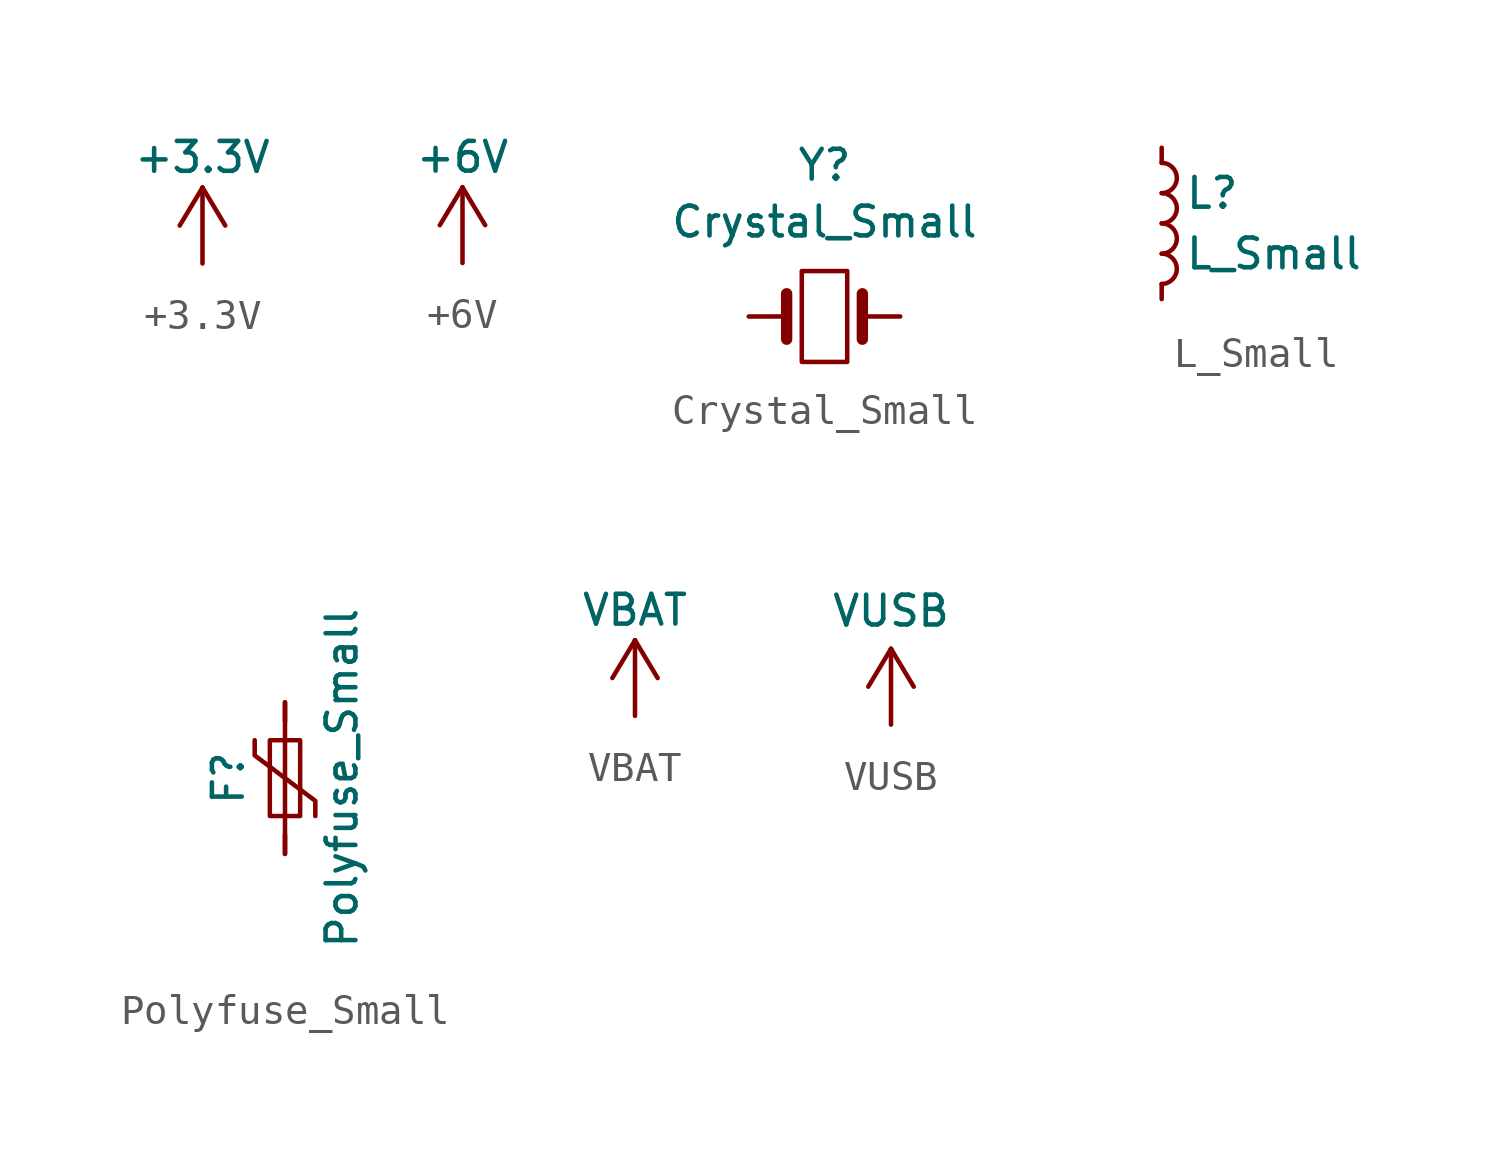
<source format=kicad_sym>
(kicad_symbol_lib
  (version 20201005)
  (generator kicad_symbol_editor)
  (symbol "HD_LibSym:+3.3V"
    (power)
    (pin_names
      (offset 0))
    (property "Reference" "#PWR"
      (at 0 -3.81 0)
      (effects (font (size 1.27 1.27)) hide))
    (property "Value" "+3.3V"
      (at 0 3.556 0)
      (effects (font (size 1 1))))
    (symbol "+3.3V_0_1"
      (polyline (pts (xy -0.762 1.27) (xy 0 2.54)) (stroke (width 0)) (fill (type none)))
      (polyline (pts (xy 0 0) (xy 0 2.54)) (stroke (width 0)) (fill (type none)))
      (polyline (pts (xy 0 2.54) (xy 0.762 1.27)) (stroke (width 0)) (fill (type none))))
    (symbol "+3.3V_1_1"
      (pin power_in line (at 0 0 90) (length 0) hide (name "+3.3V" (effects (font (size 1.27 1.27)))) (number "1" (effects (font (size 1.27 1.27)))))))
  (symbol "HD_LibSym:+6V"
    (power)
    (pin_names
      (offset 0))
    (property "Reference" "#PWR"
      (at 0 -3.81 0)
      (effects (font (size 1.27 1.27)) hide))
    (property "Value" "+6V"
      (at 0 3.556 0)
      (effects (font (size 1 1))))
    (symbol "+6V_0_1"
      (polyline (pts (xy -0.762 1.27) (xy 0 2.54)) (stroke (width 0)) (fill (type none)))
      (polyline (pts (xy 0 0) (xy 0 2.54)) (stroke (width 0)) (fill (type none)))
      (polyline (pts (xy 0 2.54) (xy 0.762 1.27)) (stroke (width 0)) (fill (type none))))
    (symbol "+6V_1_1"
      (pin power_in line (at 0 0 90) (length 0) hide (name "+6V" (effects (font (size 1.27 1.27)))) (number "1" (effects (font (size 1.27 1.27)))))))
  (symbol "HD_LibSym:Crystal_Small"
    (pin_numbers hide)
    (pin_names
      (offset 1.016) hide)
    (property "Reference" "Y"
      (at 0 5.08 0)
      (effects (font (size 1 1))))
    (property "Value" "Crystal_Small"
      (at 0 3.175 0)
      (effects (font (size 1 1))))
    (symbol "Crystal_Small_0_1"
      (rectangle (start -0.762 -1.524) (end 0.762 1.524) (stroke (width 0)) (fill (type none)))
      (polyline (pts (xy -1.27 -0.762) (xy -1.27 0.762)) (stroke (width 0.381)) (fill (type none)))
      (polyline (pts (xy 1.27 -0.762) (xy 1.27 0.762)) (stroke (width 0.381)) (fill (type none))))
    (symbol "Crystal_Small_1_1"
      (pin passive line (at -2.54 0 0) (length 1.27) (name "1" (effects (font (size 1.27 1.27)))) (number "1" (effects (font (size 0.762 0.762)))))
      (pin passive line (at 2.54 0 180) (length 1.27) (name "3" (effects (font (size 1.27 1.27)))) (number "3" (effects (font (size 0.762 0.762)))))))
  (symbol "HD_LibSym:L_Small"
    (pin_numbers hide)
    (pin_names
      (offset 0.254) hide)
    (property "Reference" "L"
      (at 0.762 1.016 0)
      (effects (font (size 1 1)) (justify left)))
    (property "Value" "L_Small"
      (at 0.762 -1.016 0)
      (effects (font (size 1 1)) (justify left)))
    (symbol "L_Small_0_1"
      (arc (start 0 -2.032) (end 0 -1.016) (radius (at 0 -1.524) (length 0.508) (angles -89.9 89.9)) (stroke (width 0.15)) (fill (type none)))
      (arc (start 0 -1.016) (end 0 0) (radius (at 0 -0.508) (length 0.508) (angles -89.9 89.9)) (stroke (width 0.15)) (fill (type none)))
      (arc (start 0 0) (end 0 1.016) (radius (at 0 0.508) (length 0.508) (angles -89.9 89.9)) (stroke (width 0.15)) (fill (type none)))
      (arc (start 0 1.016) (end 0 2.032) (radius (at 0 1.524) (length 0.508) (angles -89.9 89.9)) (stroke (width 0.15)) (fill (type none))))
    (symbol "L_Small_1_1"
      (pin passive line (at 0 2.54 270) (length 0.508) (name "~" (effects (font (size 1.27 1.27)))) (number "1" (effects (font (size 1.27 1.27)))))
      (pin passive line (at 0 -2.54 90) (length 0.508) (name "~" (effects (font (size 1.27 1.27)))) (number "2" (effects (font (size 1.27 1.27)))))))
  (symbol "HD_LibSym:Polyfuse_Small"
    (pin_numbers hide)
    (pin_names
      (offset 0))
    (property "Reference" "F"
      (at -1.905 0 90)
      (effects (font (size 1 1))))
    (property "Value" "Polyfuse_Small"
      (at 1.905 0 90)
      (effects (font (size 1 1))))
    (symbol "Polyfuse_Small_0_1"
      (rectangle (start -0.508 1.27) (end 0.508 -1.27) (stroke (width 0.15)) (fill (type none)))
      (polyline (pts (xy 0 2.54) (xy 0 -2.54)) (stroke (width 0)) (fill (type none)))
      (polyline (pts (xy -1.016 1.27) (xy -1.016 0.762) (xy 1.016 -0.762) (xy 1.016 -1.27)) (stroke (width 0)) (fill (type none))))
    (symbol "Polyfuse_Small_1_1"
      (pin passive line (at 0 2.54 270) (length 0.635) (name "~" (effects (font (size 1.27 1.27)))) (number "1" (effects (font (size 1.27 1.27)))))
      (pin passive line (at 0 -2.54 90) (length 0.635) (name "~" (effects (font (size 1.27 1.27)))) (number "2" (effects (font (size 1.27 1.27)))))))
  (symbol "HD_LibSym:VBAT"
    (power)
    (pin_names
      (offset 0))
    (property "Reference" "#PWR"
      (at 0 -3.81 0)
      (effects (font (size 1.27 1.27)) hide))
    (property "Value" "VBAT"
      (at 0 3.556 0)
      (effects (font (size 1 1))))
    (symbol "VBAT_0_1"
      (polyline (pts (xy -0.762 1.27) (xy 0 2.54)) (stroke (width 0)) (fill (type none)))
      (polyline (pts (xy 0 0) (xy 0 2.54)) (stroke (width 0)) (fill (type none)))
      (polyline (pts (xy 0 2.54) (xy 0.762 1.27)) (stroke (width 0)) (fill (type none))))
    (symbol "VBAT_1_1"
      (pin power_in line (at 0 0 90) (length 0) hide (name "VBAT" (effects (font (size 1.27 1.27)))) (number "1" (effects (font (size 1.27 1.27)))))))
  (symbol "HD_LibSym:VUSB"
    (power)
    (pin_names
      (offset 0))
    (property "Reference" "#PWR"
      (at 0 -3.81 0)
      (effects (font (size 1.27 1.27)) hide))
    (property "Value" "VUSB"
      (at 0 3.81 0)
      (effects (font (size 1 1))))
    (symbol "VUSB_0_1"
      (polyline (pts (xy -0.762 1.27) (xy 0 2.54)) (stroke (width 0)) (fill (type none)))
      (polyline (pts (xy 0 0) (xy 0 2.54)) (stroke (width 0)) (fill (type none)))
      (polyline (pts (xy 0 2.54) (xy 0.762 1.27)) (stroke (width 0)) (fill (type none))))
    (symbol "VUSB_1_1"
      (pin power_in line (at 0 0 90) (length 0) hide (name "VUSB" (effects (font (size 1.27 1.27)))) (number "1" (effects (font (size 1.27 1.27))))))))
</source>
